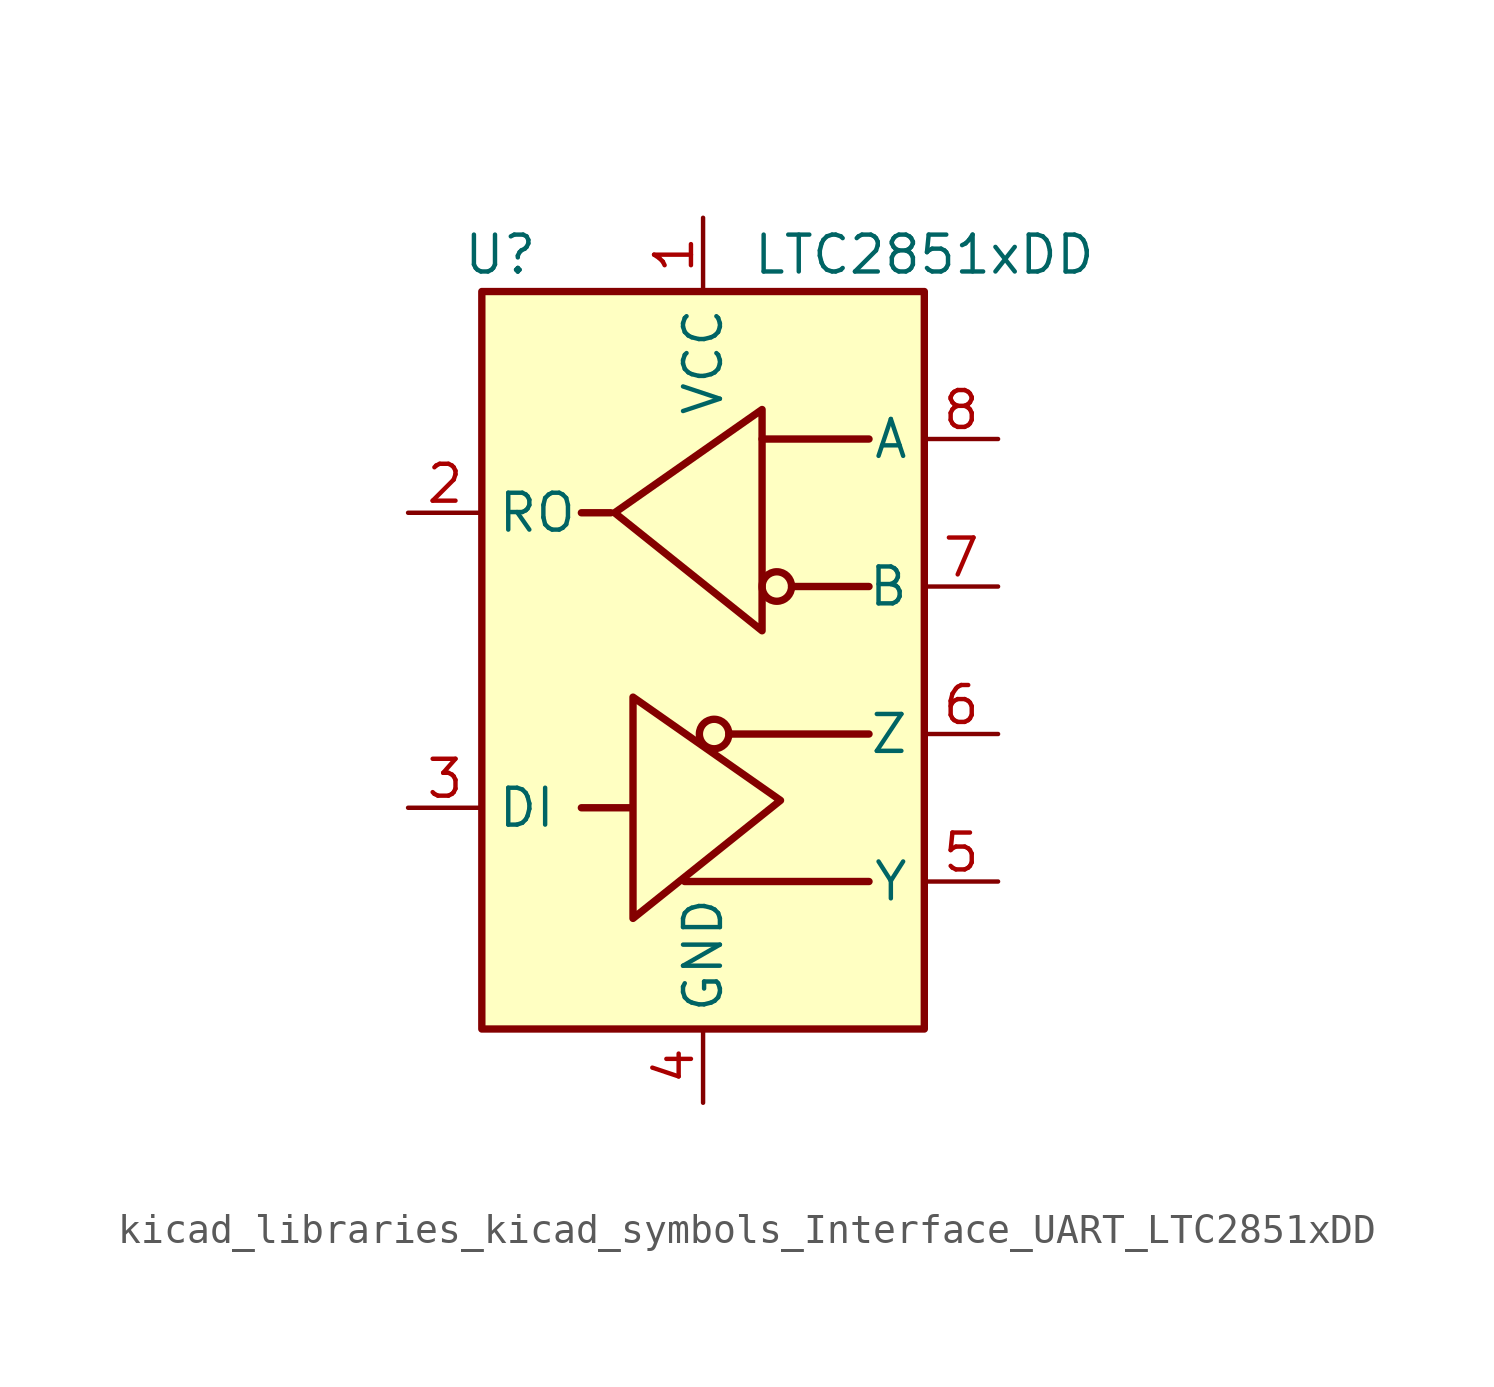
<source format=kicad_sym>
(kicad_symbol_lib
  (version 20220914)
  (generator kicad_symbol_editor)
  (symbol "kicad_libraries_kicad_symbols_Interface_UART_LTC2851xDD"
    (property "Reference" "U"
      (at -6.985 13.97 0)
      (effects (font (size 1.27 1.27))))
    (property "Value" "LTC2851xDD"
      (at 7.62 13.97 0)
      (effects (font (size 1.27 1.27))))
    (symbol "kicad_libraries_kicad_symbols_Interface_UART_LTC2851xDD_0_1"
      (rectangle (start -7.62 12.7) (end 7.62 -12.7) (stroke (width 0.254) (type default)) (fill (type background))))
    (symbol "kicad_libraries_kicad_symbols_Interface_UART_LTC2851xDD_1_1"
      (polyline (pts (xy -2.54 -5.08) (xy -4.191 -5.08)) (stroke (width 0.254) (type default)) (fill (type none)))
      (polyline (pts (xy -0.635 -7.62) (xy 5.715 -7.62)) (stroke (width 0.254) (type default)) (fill (type none)))
      (polyline (pts (xy 0.889 -2.54) (xy 5.715 -2.54)) (stroke (width 0.254) (type default)) (fill (type none)))
      (polyline (pts (xy 2.032 7.62) (xy 5.715 7.62)) (stroke (width 0.254) (type default)) (fill (type none)))
      (polyline (pts (xy 3.048 2.54) (xy 5.715 2.54)) (stroke (width 0.254) (type default)) (fill (type none)))
      (polyline (pts (xy -3.175 5.08) (xy -4.191 5.08) (xy -4.064 5.08)) (stroke (width 0.254) (type default)) (fill (type none)))
      (polyline (pts (xy -2.413 -5.08) (xy -2.413 -1.27) (xy 2.667 -4.826) (xy -2.413 -8.89) (xy -2.413 -5.08)) (stroke (width 0.254) (type default)) (fill (type none)))
      (polyline (pts (xy 2.032 4.826) (xy 2.032 8.636) (xy -3.048 5.08) (xy 2.032 1.016) (xy 2.032 4.826)) (stroke (width 0.254) (type default)) (fill (type none)))
      (circle (center 0.381 -2.54) (radius 0.508) (stroke (width 0.254) (type default)) (fill (type none)))
      (circle (center 2.54 2.54) (radius 0.508) (stroke (width 0.254) (type default)) (fill (type none)))
      (pin power_in line (at 0 15.24 270) (length 2.54) (name "VCC" (effects (font (size 1.27 1.27)))) (number "1" (effects (font (size 1.27 1.27)))))
      (pin output line (at -10.16 5.08 0) (length 2.54) (name "RO" (effects (font (size 1.27 1.27)))) (number "2" (effects (font (size 1.27 1.27)))))
      (pin input line (at -10.16 -5.08 0) (length 2.54) (name "DI" (effects (font (size 1.27 1.27)))) (number "3" (effects (font (size 1.27 1.27)))))
      (pin power_in line (at 0 -15.24 90) (length 2.54) (name "GND" (effects (font (size 1.27 1.27)))) (number "4" (effects (font (size 1.27 1.27)))))
      (pin output line (at 10.16 -7.62 180) (length 2.54) (name "Y" (effects (font (size 1.27 1.27)))) (number "5" (effects (font (size 1.27 1.27)))))
      (pin output line (at 10.16 -2.54 180) (length 2.54) (name "Z" (effects (font (size 1.27 1.27)))) (number "6" (effects (font (size 1.27 1.27)))))
      (pin input line (at 10.16 2.54 180) (length 2.54) (name "B" (effects (font (size 1.27 1.27)))) (number "7" (effects (font (size 1.27 1.27)))))
      (pin input line (at 10.16 7.62 180) (length 2.54) (name "A" (effects (font (size 1.27 1.27)))) (number "8" (effects (font (size 1.27 1.27)))))
      (pin passive line (at 0 -15.24 90) (length 2.54) hide (name "GND" (effects (font (size 1.27 1.27)))) (number "9" (effects (font (size 1.27 1.27))))))))
</source>
